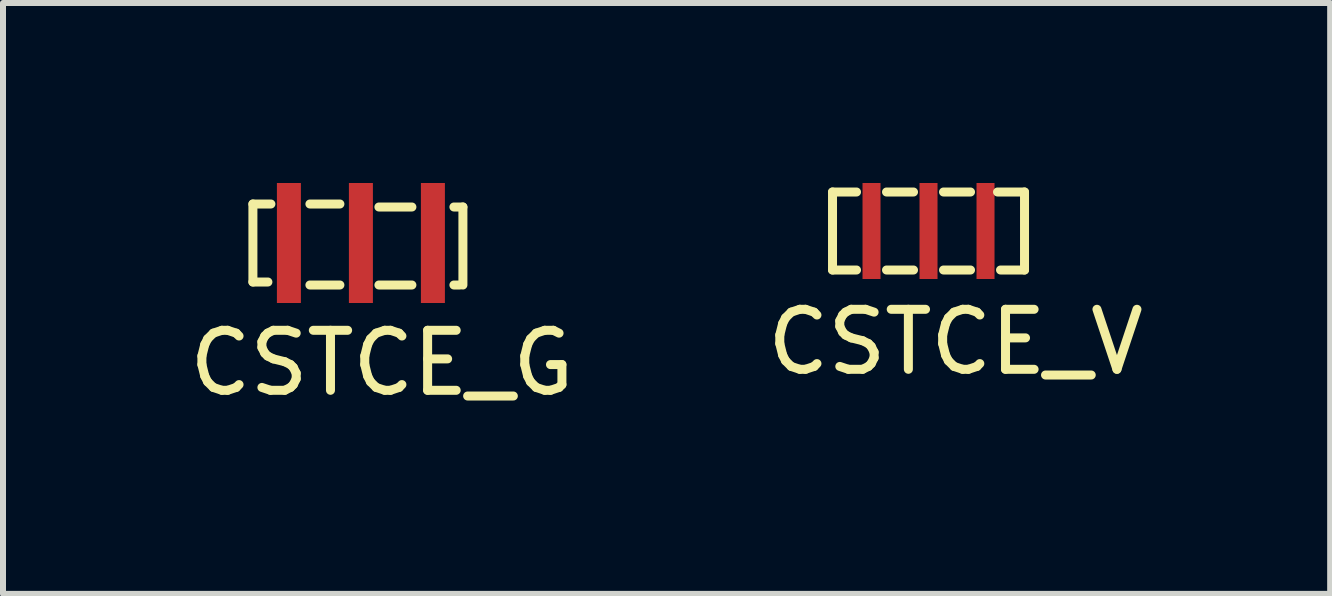
<source format=kicad_pcb>
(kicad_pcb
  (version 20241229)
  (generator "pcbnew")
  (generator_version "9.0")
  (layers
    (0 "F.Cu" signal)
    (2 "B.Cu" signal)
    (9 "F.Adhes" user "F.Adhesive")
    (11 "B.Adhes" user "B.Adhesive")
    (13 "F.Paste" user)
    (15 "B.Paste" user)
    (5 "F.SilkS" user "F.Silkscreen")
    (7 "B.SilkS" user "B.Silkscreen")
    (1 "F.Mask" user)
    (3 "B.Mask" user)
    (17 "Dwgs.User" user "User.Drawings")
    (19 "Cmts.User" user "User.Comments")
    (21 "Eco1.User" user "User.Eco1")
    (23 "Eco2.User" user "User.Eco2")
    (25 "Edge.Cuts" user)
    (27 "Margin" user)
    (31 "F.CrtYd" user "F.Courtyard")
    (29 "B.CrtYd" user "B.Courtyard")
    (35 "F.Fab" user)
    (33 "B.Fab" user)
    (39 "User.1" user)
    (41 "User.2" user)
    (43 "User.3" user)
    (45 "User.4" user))
  (footprint "CSTCE_G"
    (layer "F.Cu")
    (at 1.765 1)
    (property "Reference" "CSTCE_G" (at 1.55 2 0) (layer "F.SilkS") (effects (font (size 1 1) (thickness 0.15))))
    (attr through_hole)
    (fp_line (start -0.6 -0.65) (end -0.6 0.65) (stroke (width 0.15) (type solid)) (layer "F.SilkS"))
    (fp_line (start -0.6 0.65) (end -0.35 0.65) (stroke (width 0.15) (type solid)) (layer "F.SilkS"))
    (fp_line (start -0.3 -0.65) (end -0.6 -0.65) (stroke (width 0.15) (type solid)) (layer "F.SilkS"))
    (fp_line (start 0.35 0.7) (end 0.85 0.7) (stroke (width 0.15) (type solid)) (layer "F.SilkS"))
    (fp_line (start 0.85 -0.65) (end 0.35 -0.65) (stroke (width 0.15) (type solid)) (layer "F.SilkS"))
    (fp_line (start 1.5 -0.6) (end 2.05 -0.6) (stroke (width 0.15) (type solid)) (layer "F.SilkS"))
    (fp_line (start 1.5 0.7) (end 2.05 0.7) (stroke (width 0.15) (type solid)) (layer "F.SilkS"))
    (fp_line (start 2.75 -0.6) (end 2.9 -0.6) (stroke (width 0.15) (type solid)) (layer "F.SilkS"))
    (fp_line (start 2.85 0.7) (end 2.75 0.7) (stroke (width 0.15) (type solid)) (layer "F.SilkS"))
    (fp_line (start 2.9 -0.6) (end 2.9 0.7) (stroke (width 0.15) (type solid)) (layer "F.SilkS"))
    (pad "1" smd rect (at 0 0) (size 0.4 2) (layers "F.Cu" "F.Mask" "F.Paste"))
    (pad "2" smd rect (at 1.2 0) (size 0.4 2) (layers "F.Cu" "F.Mask" "F.Paste"))
    (pad "3" smd rect (at 2.4 0) (size 0.4 2) (layers "F.Cu" "F.Mask" "F.Paste")))
  (footprint "CSTCE_V"
    (layer "F.Cu")
    (at 11.475 0.8)
    (property "Reference" "CSTCE_V" (at 1.4 1.85 0) (layer "F.SilkS") (effects (font (size 1 1) (thickness 0.15))))
    (attr through_hole)
    (fp_line (start -0.65 -0.65) (end -0.65 0.65) (stroke (width 0.15) (type solid)) (layer "F.SilkS"))
    (fp_line (start -0.65 -0.65) (end -0.25 -0.65) (stroke (width 0.15) (type solid)) (layer "F.SilkS"))
    (fp_line (start -0.65 0.65) (end -0.25 0.65) (stroke (width 0.15) (type solid)) (layer "F.SilkS"))
    (fp_line (start 0.25 -0.65) (end 0.7 -0.65) (stroke (width 0.15) (type solid)) (layer "F.SilkS"))
    (fp_line (start 0.7 0.65) (end 0.25 0.65) (stroke (width 0.15) (type solid)) (layer "F.SilkS"))
    (fp_line (start 1.2 -0.65) (end 1.65 -0.65) (stroke (width 0.15) (type solid)) (layer "F.SilkS"))
    (fp_line (start 1.2 0.65) (end 1.65 0.65) (stroke (width 0.15) (type solid)) (layer "F.SilkS"))
    (fp_line (start 2.1 -0.65) (end 2.55 -0.65) (stroke (width 0.15) (type solid)) (layer "F.SilkS"))
    (fp_line (start 2.55 -0.65) (end 2.55 0.65) (stroke (width 0.15) (type solid)) (layer "F.SilkS"))
    (fp_line (start 2.55 0.65) (end 2.15 0.65) (stroke (width 0.15) (type solid)) (layer "F.SilkS"))
    (pad "1" smd rect (at 0 0) (size 0.3 1.6) (layers "F.Cu" "F.Mask" "F.Paste"))
    (pad "2" smd rect (at 0.95 0) (size 0.3 1.6) (layers "F.Cu" "F.Mask" "F.Paste"))
    (pad "3" smd rect (at 1.9 0) (size 0.3 1.6) (layers "F.Cu" "F.Mask" "F.Paste")))
  (gr_rect
    (start -3 -3)
    (end 19.119 6.848)
    (stroke (width 0.1) (type default))
    (fill no)
    (layer "Edge.Cuts")))
</source>
